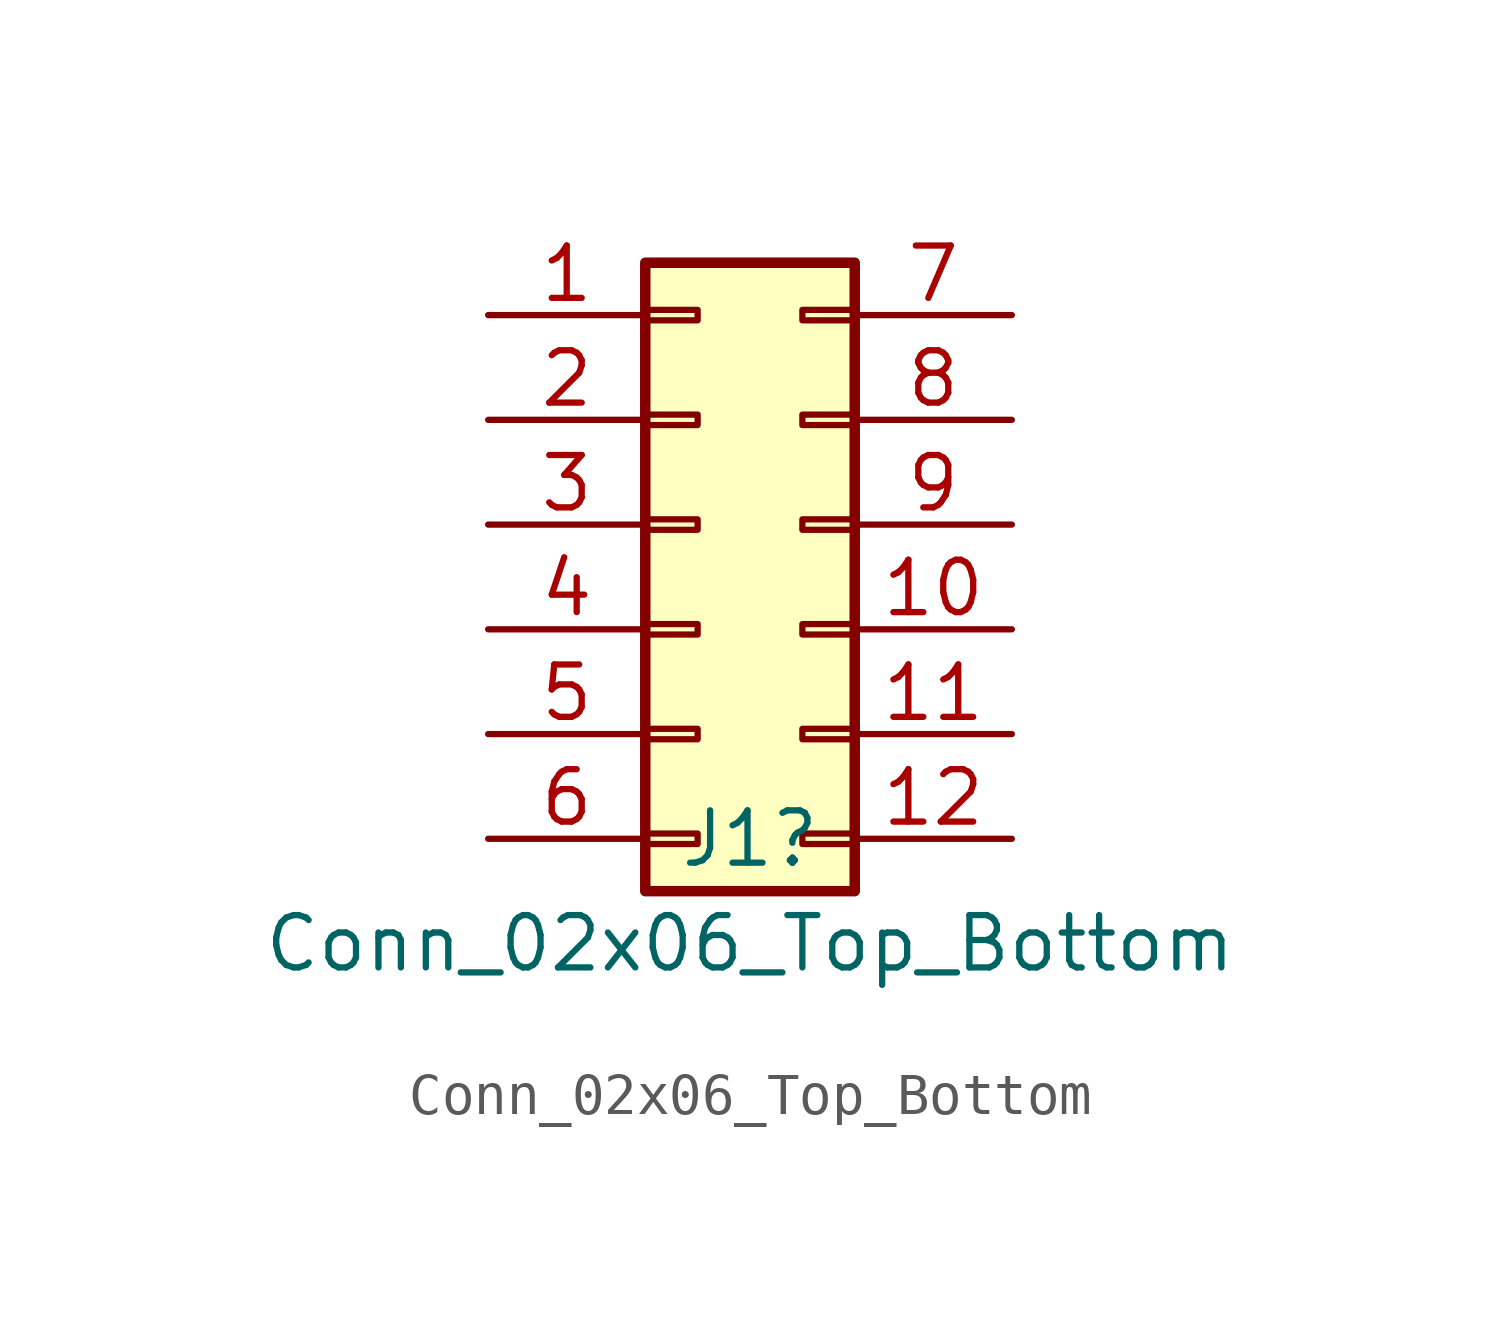
<source format=kicad_sym>
(kicad_symbol_lib
  (version 20211014)
  (generator kicad_symbol_editor)
  (symbol "Conn_02x06_Top_Bottom"
    (pin_names
      (offset 1.016) hide)
    (property "Reference" "J1"
      (at 1.27 -7.62 0)
      (effects (font (size 1.27 1.27))))
    (property "Value" "Conn_02x06_Top_Bottom"
      (at 1.27 -10.16 0)
      (effects (font (size 1.27 1.27))))
    (symbol "Conn_02x06_Top_Bottom_1_1"
      (rectangle (start -1.27 -7.493) (end 0 -7.747) (stroke (width 0.152) (type default) (color 0 0 0 0)) (fill (type none)))
      (rectangle (start -1.27 -4.953) (end 0 -5.207) (stroke (width 0.152) (type default) (color 0 0 0 0)) (fill (type none)))
      (rectangle (start -1.27 -2.413) (end 0 -2.667) (stroke (width 0.152) (type default) (color 0 0 0 0)) (fill (type none)))
      (rectangle (start -1.27 0.127) (end 0 -0.127) (stroke (width 0.152) (type default) (color 0 0 0 0)) (fill (type none)))
      (rectangle (start -1.27 2.667) (end 0 2.413) (stroke (width 0.152) (type default) (color 0 0 0 0)) (fill (type none)))
      (rectangle (start -1.27 5.207) (end 0 4.953) (stroke (width 0.152) (type default) (color 0 0 0 0)) (fill (type none)))
      (rectangle (start -1.27 6.35) (end 3.81 -8.89) (stroke (width 0.254) (type default) (color 0 0 0 0)) (fill (type background)))
      (rectangle (start 3.81 -7.493) (end 2.54 -7.747) (stroke (width 0.152) (type default) (color 0 0 0 0)) (fill (type none)))
      (rectangle (start 3.81 -4.953) (end 2.54 -5.207) (stroke (width 0.152) (type default) (color 0 0 0 0)) (fill (type none)))
      (rectangle (start 3.81 -2.413) (end 2.54 -2.667) (stroke (width 0.152) (type default) (color 0 0 0 0)) (fill (type none)))
      (rectangle (start 3.81 0.127) (end 2.54 -0.127) (stroke (width 0.152) (type default) (color 0 0 0 0)) (fill (type none)))
      (rectangle (start 3.81 2.667) (end 2.54 2.413) (stroke (width 0.152) (type default) (color 0 0 0 0)) (fill (type none)))
      (rectangle (start 3.81 5.207) (end 2.54 4.953) (stroke (width 0.152) (type default) (color 0 0 0 0)) (fill (type none)))
      (pin passive line (at -5.08 5.08 0) (length 3.81) (name "Pin_1" (effects (font (size 1.27 1.27)))) (number "1" (effects (font (size 1.27 1.27)))))
      (pin passive line (at 7.62 -2.54 180) (length 3.81) (name "Pin_10" (effects (font (size 1.27 1.27)))) (number "10" (effects (font (size 1.27 1.27)))))
      (pin passive line (at 7.62 -5.08 180) (length 3.81) (name "Pin_11" (effects (font (size 1.27 1.27)))) (number "11" (effects (font (size 1.27 1.27)))))
      (pin passive line (at 7.62 -7.62 180) (length 3.81) (name "Pin_12" (effects (font (size 1.27 1.27)))) (number "12" (effects (font (size 1.27 1.27)))))
      (pin passive line (at -5.08 2.54 0) (length 3.81) (name "Pin_2" (effects (font (size 1.27 1.27)))) (number "2" (effects (font (size 1.27 1.27)))))
      (pin passive line (at -5.08 0 0) (length 3.81) (name "Pin_3" (effects (font (size 1.27 1.27)))) (number "3" (effects (font (size 1.27 1.27)))))
      (pin passive line (at -5.08 -2.54 0) (length 3.81) (name "Pin_4" (effects (font (size 1.27 1.27)))) (number "4" (effects (font (size 1.27 1.27)))))
      (pin passive line (at -5.08 -5.08 0) (length 3.81) (name "Pin_5" (effects (font (size 1.27 1.27)))) (number "5" (effects (font (size 1.27 1.27)))))
      (pin passive line (at -5.08 -7.62 0) (length 3.81) (name "Pin_6" (effects (font (size 1.27 1.27)))) (number "6" (effects (font (size 1.27 1.27)))))
      (pin passive line (at 7.62 5.08 180) (length 3.81) (name "Pin_7" (effects (font (size 1.27 1.27)))) (number "7" (effects (font (size 1.27 1.27)))))
      (pin passive line (at 7.62 2.54 180) (length 3.81) (name "Pin_8" (effects (font (size 1.27 1.27)))) (number "8" (effects (font (size 1.27 1.27)))))
      (pin passive line (at 7.62 0 180) (length 3.81) (name "Pin_9" (effects (font (size 1.27 1.27)))) (number "9" (effects (font (size 1.27 1.27))))))))
</source>
